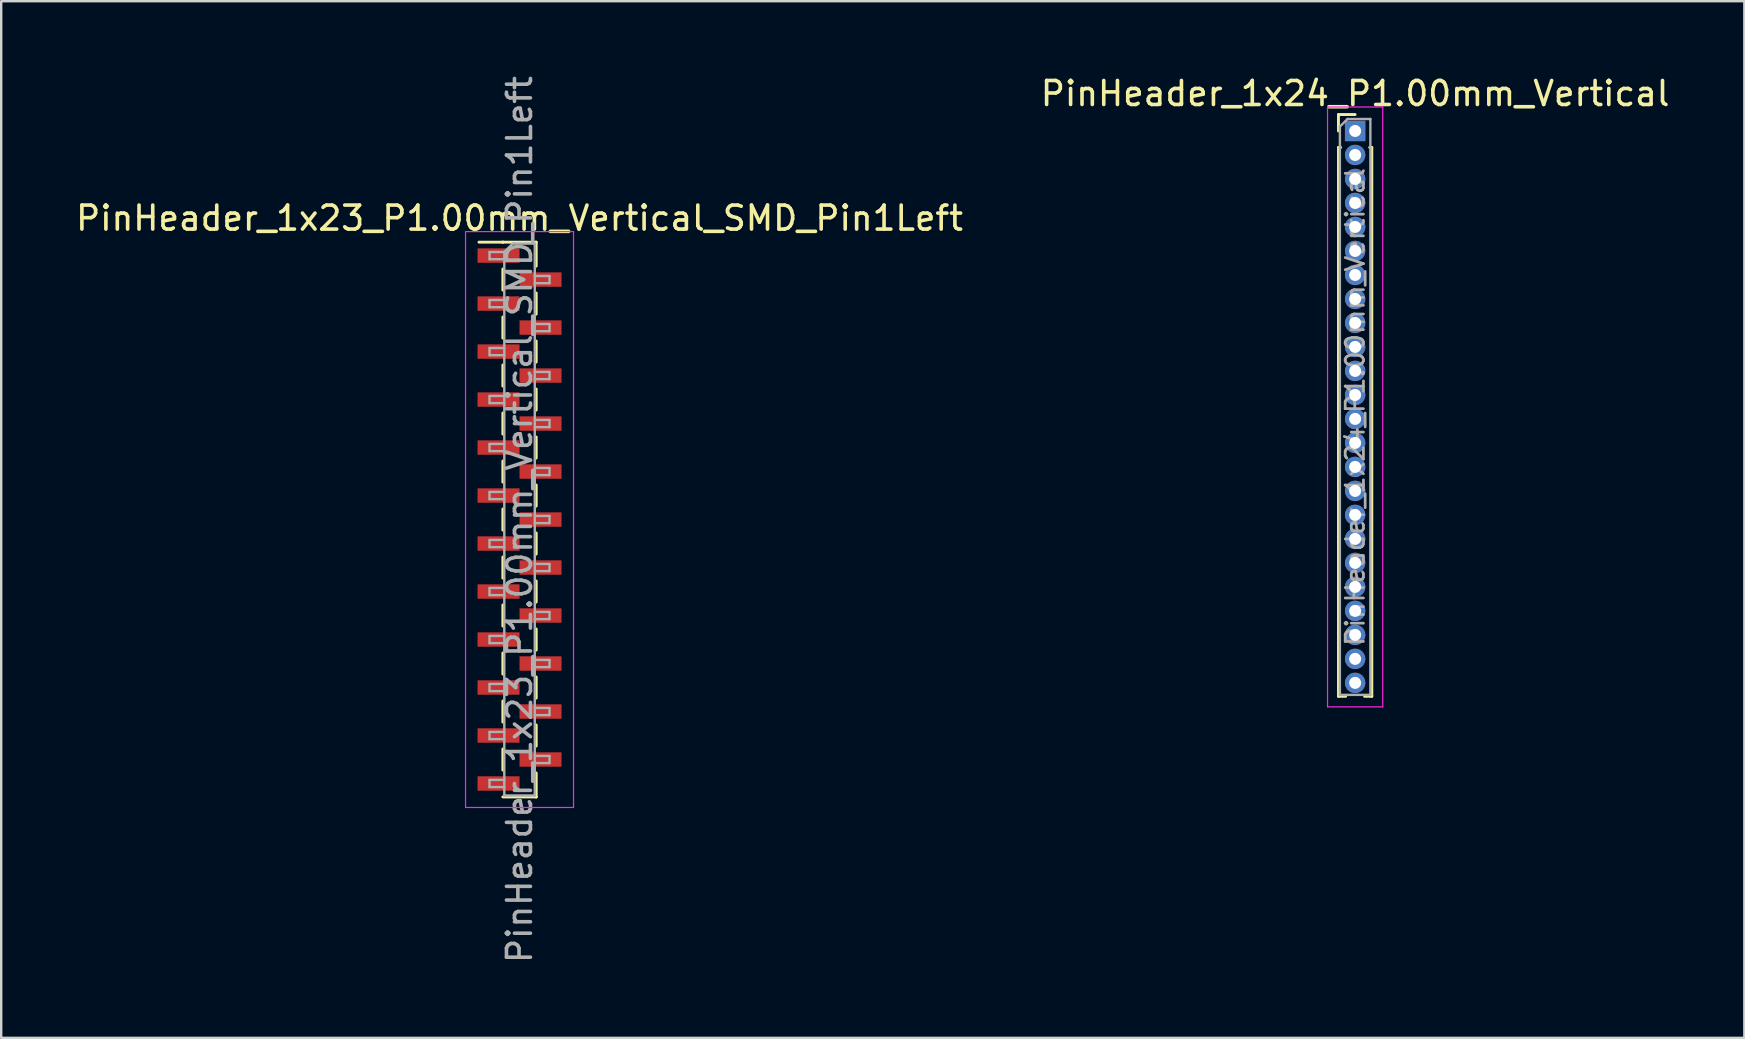
<source format=kicad_pcb>
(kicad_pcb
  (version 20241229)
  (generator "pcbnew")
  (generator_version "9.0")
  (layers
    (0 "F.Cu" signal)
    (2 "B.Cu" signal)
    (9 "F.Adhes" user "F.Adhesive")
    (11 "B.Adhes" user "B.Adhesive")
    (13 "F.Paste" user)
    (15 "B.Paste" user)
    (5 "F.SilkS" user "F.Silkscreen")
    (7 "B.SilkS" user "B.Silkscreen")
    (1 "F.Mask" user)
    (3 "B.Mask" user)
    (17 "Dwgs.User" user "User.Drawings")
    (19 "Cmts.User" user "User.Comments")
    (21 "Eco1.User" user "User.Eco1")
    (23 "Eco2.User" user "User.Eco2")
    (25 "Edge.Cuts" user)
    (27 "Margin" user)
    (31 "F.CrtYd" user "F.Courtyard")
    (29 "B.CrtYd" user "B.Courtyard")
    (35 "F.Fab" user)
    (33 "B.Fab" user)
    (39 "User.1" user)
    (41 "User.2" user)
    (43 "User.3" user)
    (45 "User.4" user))
  (footprint "PinHeader_1x24_P1.00mm_Vertical"
    (layer "F.Cu")
    (at 53.423 2.408)
    (property "Reference" "PinHeader_1x24_P1.00mm_Vertical" (at 0 -1.56 0) (layer "F.SilkS") (effects (font (size 1 1) (thickness 0.15))))
    (attr through_hole)
    (fp_line (start -0.695 -0.685) (end 0 -0.685) (stroke (width 0.12) (type solid)) (layer "F.SilkS"))
    (fp_line (start -0.695 0) (end -0.695 -0.685) (stroke (width 0.12) (type solid)) (layer "F.SilkS"))
    (fp_line (start -0.695 0.685) (end -0.695 23.56) (stroke (width 0.12) (type solid)) (layer "F.SilkS"))
    (fp_line (start -0.695 0.685) (end -0.608 0.685) (stroke (width 0.12) (type solid)) (layer "F.SilkS"))
    (fp_line (start -0.695 23.56) (end -0.394 23.56) (stroke (width 0.12) (type solid)) (layer "F.SilkS"))
    (fp_line (start 0.394 23.56) (end 0.695 23.56) (stroke (width 0.12) (type solid)) (layer "F.SilkS"))
    (fp_line (start 0.608 0.685) (end 0.695 0.685) (stroke (width 0.12) (type solid)) (layer "F.SilkS"))
    (fp_line (start 0.695 0.685) (end 0.695 23.56) (stroke (width 0.12) (type solid)) (layer "F.SilkS"))
    (fp_line (start -1.15 -1) (end -1.15 24) (stroke (width 0.05) (type solid)) (layer "F.CrtYd"))
    (fp_line (start -1.15 24) (end 1.15 24) (stroke (width 0.05) (type solid)) (layer "F.CrtYd"))
    (fp_line (start 1.15 -1) (end -1.15 -1) (stroke (width 0.05) (type solid)) (layer "F.CrtYd"))
    (fp_line (start 1.15 24) (end 1.15 -1) (stroke (width 0.05) (type solid)) (layer "F.CrtYd"))
    (fp_line (start -0.635 -0.182) (end -0.318 -0.5) (stroke (width 0.1) (type solid)) (layer "F.Fab"))
    (fp_line (start -0.635 23.5) (end -0.635 -0.182) (stroke (width 0.1) (type solid)) (layer "F.Fab"))
    (fp_line (start -0.318 -0.5) (end 0.635 -0.5) (stroke (width 0.1) (type solid)) (layer "F.Fab"))
    (fp_line (start 0.635 -0.5) (end 0.635 23.5) (stroke (width 0.1) (type solid)) (layer "F.Fab"))
    (fp_line (start 0.635 23.5) (end -0.635 23.5) (stroke (width 0.1) (type solid)) (layer "F.Fab"))
    (fp_text user "${REFERENCE}" (at 0 11.5 90) (layer "F.Fab") (effects (font (size 0.76 0.76) (thickness 0.114))))
    (pad "1" thru_hole rect (at 0 0) (size 0.85 0.85) (drill 0.5) (layers "*.Cu" "*.Mask"))
    (pad "2" thru_hole oval (at 0 1) (size 0.85 0.85) (drill 0.5) (layers "*.Cu" "*.Mask"))
    (pad "3" thru_hole oval (at 0 2) (size 0.85 0.85) (drill 0.5) (layers "*.Cu" "*.Mask"))
    (pad "4" thru_hole oval (at 0 3) (size 0.85 0.85) (drill 0.5) (layers "*.Cu" "*.Mask"))
    (pad "5" thru_hole oval (at 0 4) (size 0.85 0.85) (drill 0.5) (layers "*.Cu" "*.Mask"))
    (pad "6" thru_hole oval (at 0 5) (size 0.85 0.85) (drill 0.5) (layers "*.Cu" "*.Mask"))
    (pad "7" thru_hole oval (at 0 6) (size 0.85 0.85) (drill 0.5) (layers "*.Cu" "*.Mask"))
    (pad "8" thru_hole oval (at 0 7) (size 0.85 0.85) (drill 0.5) (layers "*.Cu" "*.Mask"))
    (pad "9" thru_hole oval (at 0 8) (size 0.85 0.85) (drill 0.5) (layers "*.Cu" "*.Mask"))
    (pad "10" thru_hole oval (at 0 9) (size 0.85 0.85) (drill 0.5) (layers "*.Cu" "*.Mask"))
    (pad "11" thru_hole oval (at 0 10) (size 0.85 0.85) (drill 0.5) (layers "*.Cu" "*.Mask"))
    (pad "12" thru_hole oval (at 0 11) (size 0.85 0.85) (drill 0.5) (layers "*.Cu" "*.Mask"))
    (pad "13" thru_hole oval (at 0 12) (size 0.85 0.85) (drill 0.5) (layers "*.Cu" "*.Mask"))
    (pad "14" thru_hole oval (at 0 13) (size 0.85 0.85) (drill 0.5) (layers "*.Cu" "*.Mask"))
    (pad "15" thru_hole oval (at 0 14) (size 0.85 0.85) (drill 0.5) (layers "*.Cu" "*.Mask"))
    (pad "16" thru_hole oval (at 0 15) (size 0.85 0.85) (drill 0.5) (layers "*.Cu" "*.Mask"))
    (pad "17" thru_hole oval (at 0 16) (size 0.85 0.85) (drill 0.5) (layers "*.Cu" "*.Mask"))
    (pad "18" thru_hole oval (at 0 17) (size 0.85 0.85) (drill 0.5) (layers "*.Cu" "*.Mask"))
    (pad "19" thru_hole oval (at 0 18) (size 0.85 0.85) (drill 0.5) (layers "*.Cu" "*.Mask"))
    (pad "20" thru_hole oval (at 0 19) (size 0.85 0.85) (drill 0.5) (layers "*.Cu" "*.Mask"))
    (pad "21" thru_hole oval (at 0 20) (size 0.85 0.85) (drill 0.5) (layers "*.Cu" "*.Mask"))
    (pad "22" thru_hole oval (at 0 21) (size 0.85 0.85) (drill 0.5) (layers "*.Cu" "*.Mask"))
    (pad "23" thru_hole oval (at 0 22) (size 0.85 0.85) (drill 0.5) (layers "*.Cu" "*.Mask"))
    (pad "24" thru_hole oval (at 0 23) (size 0.85 0.85) (drill 0.5) (layers "*.Cu" "*.Mask")))
  (footprint "PinHeader_1x23_P1.00mm_Vertical_SMD_Pin1Left"
    (layer "F.Cu")
    (at 18.601 18.601)
    (property "Reference" "PinHeader_1x23_P1.00mm_Vertical_SMD_Pin1Left" (at 0 -12.56 0) (layer "F.SilkS") (effects (font (size 1 1) (thickness 0.15))))
    (attr smd)
    (fp_line (start -0.695 -11.56) (end -1.69 -11.56) (stroke (width 0.12) (type solid)) (layer "F.SilkS"))
    (fp_line (start -0.695 -11.56) (end -0.695 -11.56) (stroke (width 0.12) (type solid)) (layer "F.SilkS"))
    (fp_line (start -0.695 -11.56) (end 0.695 -11.56) (stroke (width 0.12) (type solid)) (layer "F.SilkS"))
    (fp_line (start -0.695 -10.44) (end -0.695 -9.56) (stroke (width 0.12) (type solid)) (layer "F.SilkS"))
    (fp_line (start -0.695 -8.44) (end -0.695 -7.56) (stroke (width 0.12) (type solid)) (layer "F.SilkS"))
    (fp_line (start -0.695 -6.44) (end -0.695 -5.56) (stroke (width 0.12) (type solid)) (layer "F.SilkS"))
    (fp_line (start -0.695 -4.44) (end -0.695 -3.56) (stroke (width 0.12) (type solid)) (layer "F.SilkS"))
    (fp_line (start -0.695 -2.44) (end -0.695 -1.56) (stroke (width 0.12) (type solid)) (layer "F.SilkS"))
    (fp_line (start -0.695 -0.44) (end -0.695 0.44) (stroke (width 0.12) (type solid)) (layer "F.SilkS"))
    (fp_line (start -0.695 1.56) (end -0.695 2.44) (stroke (width 0.12) (type solid)) (layer "F.SilkS"))
    (fp_line (start -0.695 3.56) (end -0.695 4.44) (stroke (width 0.12) (type solid)) (layer "F.SilkS"))
    (fp_line (start -0.695 5.56) (end -0.695 6.44) (stroke (width 0.12) (type solid)) (layer "F.SilkS"))
    (fp_line (start -0.695 7.56) (end -0.695 8.44) (stroke (width 0.12) (type solid)) (layer "F.SilkS"))
    (fp_line (start -0.695 9.56) (end -0.695 10.44) (stroke (width 0.12) (type solid)) (layer "F.SilkS"))
    (fp_line (start -0.695 11.56) (end 0.695 11.56) (stroke (width 0.12) (type solid)) (layer "F.SilkS"))
    (fp_line (start 0.695 -11.56) (end 0.695 -10.56) (stroke (width 0.12) (type solid)) (layer "F.SilkS"))
    (fp_line (start 0.695 -9.44) (end 0.695 -8.56) (stroke (width 0.12) (type solid)) (layer "F.SilkS"))
    (fp_line (start 0.695 -7.44) (end 0.695 -6.56) (stroke (width 0.12) (type solid)) (layer "F.SilkS"))
    (fp_line (start 0.695 -5.44) (end 0.695 -4.56) (stroke (width 0.12) (type solid)) (layer "F.SilkS"))
    (fp_line (start 0.695 -3.44) (end 0.695 -2.56) (stroke (width 0.12) (type solid)) (layer "F.SilkS"))
    (fp_line (start 0.695 -1.44) (end 0.695 -0.56) (stroke (width 0.12) (type solid)) (layer "F.SilkS"))
    (fp_line (start 0.695 0.56) (end 0.695 1.44) (stroke (width 0.12) (type solid)) (layer "F.SilkS"))
    (fp_line (start 0.695 2.56) (end 0.695 3.44) (stroke (width 0.12) (type solid)) (layer "F.SilkS"))
    (fp_line (start 0.695 4.56) (end 0.695 5.44) (stroke (width 0.12) (type solid)) (layer "F.SilkS"))
    (fp_line (start 0.695 6.56) (end 0.695 7.44) (stroke (width 0.12) (type solid)) (layer "F.SilkS"))
    (fp_line (start 0.695 8.56) (end 0.695 9.44) (stroke (width 0.12) (type solid)) (layer "F.SilkS"))
    (fp_line (start 0.695 10.56) (end 0.695 11.56) (stroke (width 0.12) (type solid)) (layer "F.SilkS"))
    (fp_line (start 0.695 11.56) (end 0.695 11.56) (stroke (width 0.12) (type solid)) (layer "F.SilkS"))
    (fp_line (start -2.25 -12) (end -2.25 12) (stroke (width 0.05) (type solid)) (layer "F.CrtYd"))
    (fp_line (start -2.25 12) (end 2.25 12) (stroke (width 0.05) (type solid)) (layer "F.CrtYd"))
    (fp_line (start 2.25 -12) (end -2.25 -12) (stroke (width 0.05) (type solid)) (layer "F.CrtYd"))
    (fp_line (start 2.25 12) (end 2.25 -12) (stroke (width 0.05) (type solid)) (layer "F.CrtYd"))
    (fp_line (start -1.25 -11.15) (end -1.25 -10.85) (stroke (width 0.1) (type solid)) (layer "F.Fab"))
    (fp_line (start -1.25 -10.85) (end -0.635 -10.85) (stroke (width 0.1) (type solid)) (layer "F.Fab"))
    (fp_line (start -1.25 -9.15) (end -1.25 -8.85) (stroke (width 0.1) (type solid)) (layer "F.Fab"))
    (fp_line (start -1.25 -8.85) (end -0.635 -8.85) (stroke (width 0.1) (type solid)) (layer "F.Fab"))
    (fp_line (start -1.25 -7.15) (end -1.25 -6.85) (stroke (width 0.1) (type solid)) (layer "F.Fab"))
    (fp_line (start -1.25 -6.85) (end -0.635 -6.85) (stroke (width 0.1) (type solid)) (layer "F.Fab"))
    (fp_line (start -1.25 -5.15) (end -1.25 -4.85) (stroke (width 0.1) (type solid)) (layer "F.Fab"))
    (fp_line (start -1.25 -4.85) (end -0.635 -4.85) (stroke (width 0.1) (type solid)) (layer "F.Fab"))
    (fp_line (start -1.25 -3.15) (end -1.25 -2.85) (stroke (width 0.1) (type solid)) (layer "F.Fab"))
    (fp_line (start -1.25 -2.85) (end -0.635 -2.85) (stroke (width 0.1) (type solid)) (layer "F.Fab"))
    (fp_line (start -1.25 -1.15) (end -1.25 -0.85) (stroke (width 0.1) (type solid)) (layer "F.Fab"))
    (fp_line (start -1.25 -0.85) (end -0.635 -0.85) (stroke (width 0.1) (type solid)) (layer "F.Fab"))
    (fp_line (start -1.25 0.85) (end -1.25 1.15) (stroke (width 0.1) (type solid)) (layer "F.Fab"))
    (fp_line (start -1.25 1.15) (end -0.635 1.15) (stroke (width 0.1) (type solid)) (layer "F.Fab"))
    (fp_line (start -1.25 2.85) (end -1.25 3.15) (stroke (width 0.1) (type solid)) (layer "F.Fab"))
    (fp_line (start -1.25 3.15) (end -0.635 3.15) (stroke (width 0.1) (type solid)) (layer "F.Fab"))
    (fp_line (start -1.25 4.85) (end -1.25 5.15) (stroke (width 0.1) (type solid)) (layer "F.Fab"))
    (fp_line (start -1.25 5.15) (end -0.635 5.15) (stroke (width 0.1) (type solid)) (layer "F.Fab"))
    (fp_line (start -1.25 6.85) (end -1.25 7.15) (stroke (width 0.1) (type solid)) (layer "F.Fab"))
    (fp_line (start -1.25 7.15) (end -0.635 7.15) (stroke (width 0.1) (type solid)) (layer "F.Fab"))
    (fp_line (start -1.25 8.85) (end -1.25 9.15) (stroke (width 0.1) (type solid)) (layer "F.Fab"))
    (fp_line (start -1.25 9.15) (end -0.635 9.15) (stroke (width 0.1) (type solid)) (layer "F.Fab"))
    (fp_line (start -1.25 10.85) (end -1.25 11.15) (stroke (width 0.1) (type solid)) (layer "F.Fab"))
    (fp_line (start -1.25 11.15) (end -0.635 11.15) (stroke (width 0.1) (type solid)) (layer "F.Fab"))
    (fp_line (start -0.635 -11.15) (end -1.25 -11.15) (stroke (width 0.1) (type solid)) (layer "F.Fab"))
    (fp_line (start -0.635 -11.15) (end -0.285 -11.5) (stroke (width 0.1) (type solid)) (layer "F.Fab"))
    (fp_line (start -0.635 -9.15) (end -1.25 -9.15) (stroke (width 0.1) (type solid)) (layer "F.Fab"))
    (fp_line (start -0.635 -7.15) (end -1.25 -7.15) (stroke (width 0.1) (type solid)) (layer "F.Fab"))
    (fp_line (start -0.635 -5.15) (end -1.25 -5.15) (stroke (width 0.1) (type solid)) (layer "F.Fab"))
    (fp_line (start -0.635 -3.15) (end -1.25 -3.15) (stroke (width 0.1) (type solid)) (layer "F.Fab"))
    (fp_line (start -0.635 -1.15) (end -1.25 -1.15) (stroke (width 0.1) (type solid)) (layer "F.Fab"))
    (fp_line (start -0.635 0.85) (end -1.25 0.85) (stroke (width 0.1) (type solid)) (layer "F.Fab"))
    (fp_line (start -0.635 2.85) (end -1.25 2.85) (stroke (width 0.1) (type solid)) (layer "F.Fab"))
    (fp_line (start -0.635 4.85) (end -1.25 4.85) (stroke (width 0.1) (type solid)) (layer "F.Fab"))
    (fp_line (start -0.635 6.85) (end -1.25 6.85) (stroke (width 0.1) (type solid)) (layer "F.Fab"))
    (fp_line (start -0.635 8.85) (end -1.25 8.85) (stroke (width 0.1) (type solid)) (layer "F.Fab"))
    (fp_line (start -0.635 10.85) (end -1.25 10.85) (stroke (width 0.1) (type solid)) (layer "F.Fab"))
    (fp_line (start -0.635 11.5) (end -0.635 -11.15) (stroke (width 0.1) (type solid)) (layer "F.Fab"))
    (fp_line (start -0.285 -11.5) (end 0.635 -11.5) (stroke (width 0.1) (type solid)) (layer "F.Fab"))
    (fp_line (start 0.635 -11.5) (end 0.635 11.5) (stroke (width 0.1) (type solid)) (layer "F.Fab"))
    (fp_line (start 0.635 -10.15) (end 1.25 -10.15) (stroke (width 0.1) (type solid)) (layer "F.Fab"))
    (fp_line (start 0.635 -8.15) (end 1.25 -8.15) (stroke (width 0.1) (type solid)) (layer "F.Fab"))
    (fp_line (start 0.635 -6.15) (end 1.25 -6.15) (stroke (width 0.1) (type solid)) (layer "F.Fab"))
    (fp_line (start 0.635 -4.15) (end 1.25 -4.15) (stroke (width 0.1) (type solid)) (layer "F.Fab"))
    (fp_line (start 0.635 -2.15) (end 1.25 -2.15) (stroke (width 0.1) (type solid)) (layer "F.Fab"))
    (fp_line (start 0.635 -0.15) (end 1.25 -0.15) (stroke (width 0.1) (type solid)) (layer "F.Fab"))
    (fp_line (start 0.635 1.85) (end 1.25 1.85) (stroke (width 0.1) (type solid)) (layer "F.Fab"))
    (fp_line (start 0.635 3.85) (end 1.25 3.85) (stroke (width 0.1) (type solid)) (layer "F.Fab"))
    (fp_line (start 0.635 5.85) (end 1.25 5.85) (stroke (width 0.1) (type solid)) (layer "F.Fab"))
    (fp_line (start 0.635 7.85) (end 1.25 7.85) (stroke (width 0.1) (type solid)) (layer "F.Fab"))
    (fp_line (start 0.635 9.85) (end 1.25 9.85) (stroke (width 0.1) (type solid)) (layer "F.Fab"))
    (fp_line (start 0.635 11.5) (end -0.635 11.5) (stroke (width 0.1) (type solid)) (layer "F.Fab"))
    (fp_line (start 1.25 -10.15) (end 1.25 -9.85) (stroke (width 0.1) (type solid)) (layer "F.Fab"))
    (fp_line (start 1.25 -9.85) (end 0.635 -9.85) (stroke (width 0.1) (type solid)) (layer "F.Fab"))
    (fp_line (start 1.25 -8.15) (end 1.25 -7.85) (stroke (width 0.1) (type solid)) (layer "F.Fab"))
    (fp_line (start 1.25 -7.85) (end 0.635 -7.85) (stroke (width 0.1) (type solid)) (layer "F.Fab"))
    (fp_line (start 1.25 -6.15) (end 1.25 -5.85) (stroke (width 0.1) (type solid)) (layer "F.Fab"))
    (fp_line (start 1.25 -5.85) (end 0.635 -5.85) (stroke (width 0.1) (type solid)) (layer "F.Fab"))
    (fp_line (start 1.25 -4.15) (end 1.25 -3.85) (stroke (width 0.1) (type solid)) (layer "F.Fab"))
    (fp_line (start 1.25 -3.85) (end 0.635 -3.85) (stroke (width 0.1) (type solid)) (layer "F.Fab"))
    (fp_line (start 1.25 -2.15) (end 1.25 -1.85) (stroke (width 0.1) (type solid)) (layer "F.Fab"))
    (fp_line (start 1.25 -1.85) (end 0.635 -1.85) (stroke (width 0.1) (type solid)) (layer "F.Fab"))
    (fp_line (start 1.25 -0.15) (end 1.25 0.15) (stroke (width 0.1) (type solid)) (layer "F.Fab"))
    (fp_line (start 1.25 0.15) (end 0.635 0.15) (stroke (width 0.1) (type solid)) (layer "F.Fab"))
    (fp_line (start 1.25 1.85) (end 1.25 2.15) (stroke (width 0.1) (type solid)) (layer "F.Fab"))
    (fp_line (start 1.25 2.15) (end 0.635 2.15) (stroke (width 0.1) (type solid)) (layer "F.Fab"))
    (fp_line (start 1.25 3.85) (end 1.25 4.15) (stroke (width 0.1) (type solid)) (layer "F.Fab"))
    (fp_line (start 1.25 4.15) (end 0.635 4.15) (stroke (width 0.1) (type solid)) (layer "F.Fab"))
    (fp_line (start 1.25 5.85) (end 1.25 6.15) (stroke (width 0.1) (type solid)) (layer "F.Fab"))
    (fp_line (start 1.25 6.15) (end 0.635 6.15) (stroke (width 0.1) (type solid)) (layer "F.Fab"))
    (fp_line (start 1.25 7.85) (end 1.25 8.15) (stroke (width 0.1) (type solid)) (layer "F.Fab"))
    (fp_line (start 1.25 8.15) (end 0.635 8.15) (stroke (width 0.1) (type solid)) (layer "F.Fab"))
    (fp_line (start 1.25 9.85) (end 1.25 10.15) (stroke (width 0.1) (type solid)) (layer "F.Fab"))
    (fp_line (start 1.25 10.15) (end 0.635 10.15) (stroke (width 0.1) (type solid)) (layer "F.Fab"))
    (fp_text user "${REFERENCE}" (at 0 0 90) (layer "F.Fab") (effects (font (size 1 1) (thickness 0.15))))
    (pad "1" smd rect (at -0.875 -11) (size 1.75 0.6) (layers "F.Cu" "F.Mask" "F.Paste"))
    (pad "2" smd rect (at 0.875 -10) (size 1.75 0.6) (layers "F.Cu" "F.Mask" "F.Paste"))
    (pad "3" smd rect (at -0.875 -9) (size 1.75 0.6) (layers "F.Cu" "F.Mask" "F.Paste"))
    (pad "4" smd rect (at 0.875 -8) (size 1.75 0.6) (layers "F.Cu" "F.Mask" "F.Paste"))
    (pad "5" smd rect (at -0.875 -7) (size 1.75 0.6) (layers "F.Cu" "F.Mask" "F.Paste"))
    (pad "6" smd rect (at 0.875 -6) (size 1.75 0.6) (layers "F.Cu" "F.Mask" "F.Paste"))
    (pad "7" smd rect (at -0.875 -5) (size 1.75 0.6) (layers "F.Cu" "F.Mask" "F.Paste"))
    (pad "8" smd rect (at 0.875 -4) (size 1.75 0.6) (layers "F.Cu" "F.Mask" "F.Paste"))
    (pad "9" smd rect (at -0.875 -3) (size 1.75 0.6) (layers "F.Cu" "F.Mask" "F.Paste"))
    (pad "10" smd rect (at 0.875 -2) (size 1.75 0.6) (layers "F.Cu" "F.Mask" "F.Paste"))
    (pad "11" smd rect (at -0.875 -1) (size 1.75 0.6) (layers "F.Cu" "F.Mask" "F.Paste"))
    (pad "12" smd rect (at 0.875 0) (size 1.75 0.6) (layers "F.Cu" "F.Mask" "F.Paste"))
    (pad "13" smd rect (at -0.875 1) (size 1.75 0.6) (layers "F.Cu" "F.Mask" "F.Paste"))
    (pad "14" smd rect (at 0.875 2) (size 1.75 0.6) (layers "F.Cu" "F.Mask" "F.Paste"))
    (pad "15" smd rect (at -0.875 3) (size 1.75 0.6) (layers "F.Cu" "F.Mask" "F.Paste"))
    (pad "16" smd rect (at 0.875 4) (size 1.75 0.6) (layers "F.Cu" "F.Mask" "F.Paste"))
    (pad "17" smd rect (at -0.875 5) (size 1.75 0.6) (layers "F.Cu" "F.Mask" "F.Paste"))
    (pad "18" smd rect (at 0.875 6) (size 1.75 0.6) (layers "F.Cu" "F.Mask" "F.Paste"))
    (pad "19" smd rect (at -0.875 7) (size 1.75 0.6) (layers "F.Cu" "F.Mask" "F.Paste"))
    (pad "20" smd rect (at 0.875 8) (size 1.75 0.6) (layers "F.Cu" "F.Mask" "F.Paste"))
    (pad "21" smd rect (at -0.875 9) (size 1.75 0.6) (layers "F.Cu" "F.Mask" "F.Paste"))
    (pad "22" smd rect (at 0.875 10) (size 1.75 0.6) (layers "F.Cu" "F.Mask" "F.Paste"))
    (pad "23" smd rect (at -0.875 11) (size 1.75 0.6) (layers "F.Cu" "F.Mask" "F.Paste")))
  (gr_rect
    (start -3 -3)
    (end 69.643 40.202)
    (stroke (width 0.1) (type default))
    (fill no)
    (layer "Edge.Cuts")))
</source>
